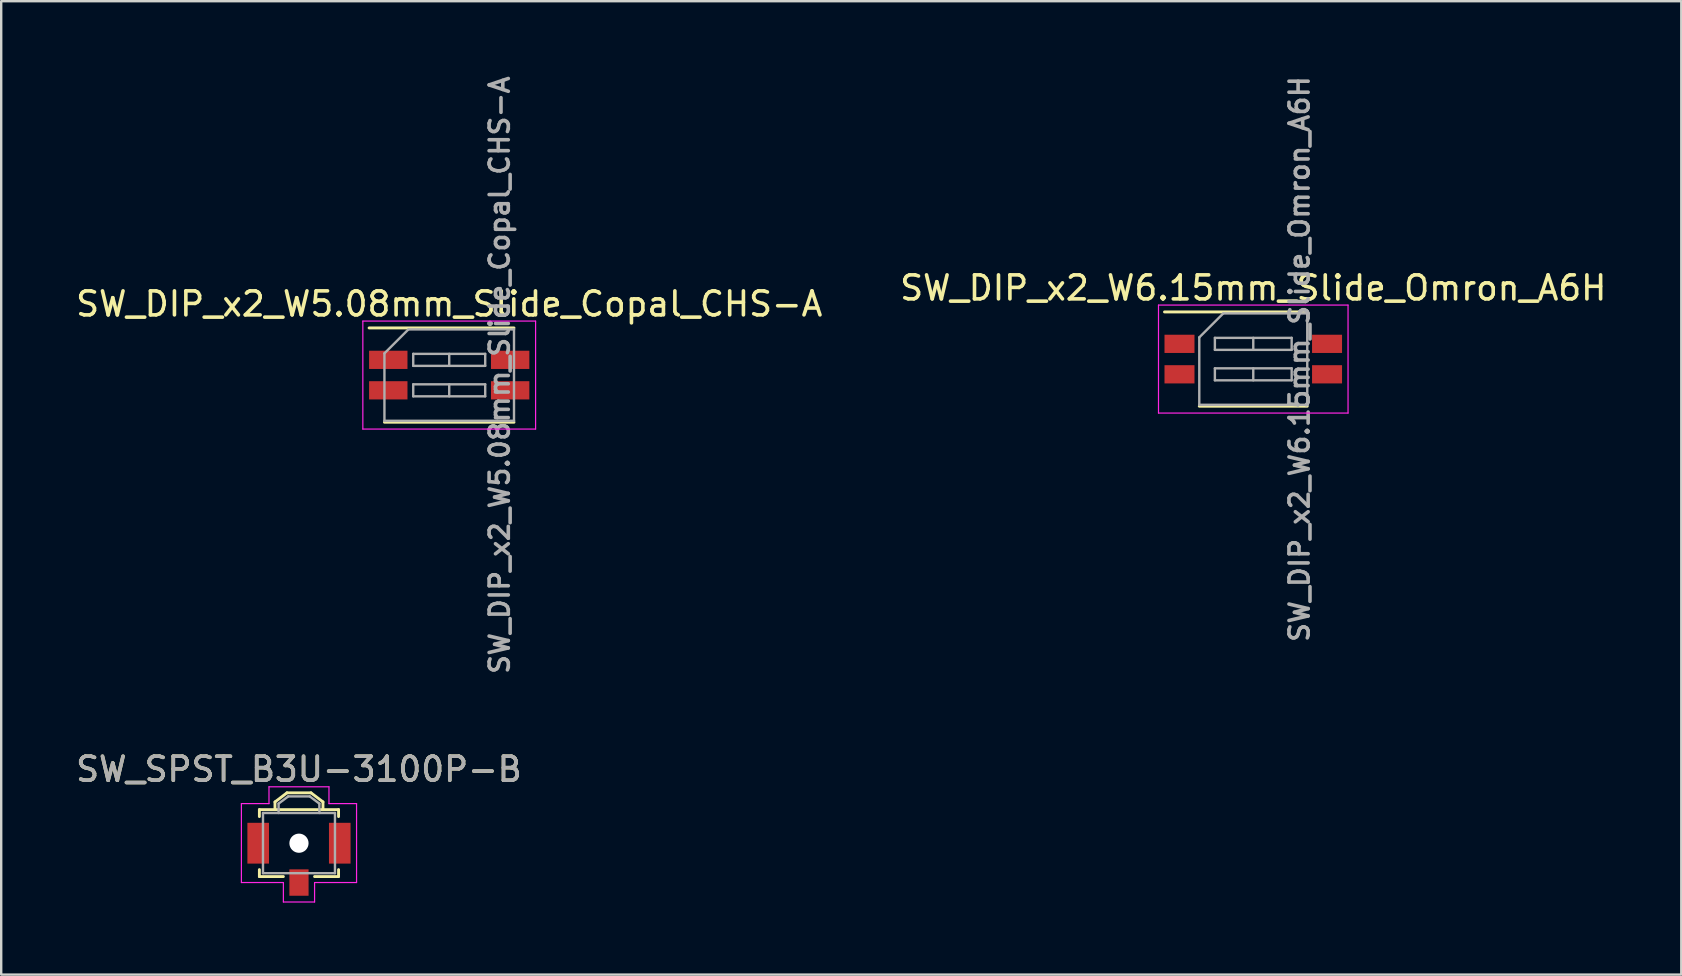
<source format=kicad_pcb>
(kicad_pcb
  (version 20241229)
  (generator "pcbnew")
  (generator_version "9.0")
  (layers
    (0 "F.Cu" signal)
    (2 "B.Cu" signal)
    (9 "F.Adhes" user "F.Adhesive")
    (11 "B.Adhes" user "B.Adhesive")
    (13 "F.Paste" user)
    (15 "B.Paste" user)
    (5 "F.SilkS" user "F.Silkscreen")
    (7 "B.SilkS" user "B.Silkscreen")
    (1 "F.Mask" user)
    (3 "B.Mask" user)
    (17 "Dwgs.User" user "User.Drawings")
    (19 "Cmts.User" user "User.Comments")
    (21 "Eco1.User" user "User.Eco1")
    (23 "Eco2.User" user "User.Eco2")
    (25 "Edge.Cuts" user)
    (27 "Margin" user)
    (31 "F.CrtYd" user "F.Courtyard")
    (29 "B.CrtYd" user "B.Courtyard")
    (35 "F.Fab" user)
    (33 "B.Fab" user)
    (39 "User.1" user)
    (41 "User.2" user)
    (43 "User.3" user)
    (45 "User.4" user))
  (footprint "SW_DIP_x2_W6.15mm_Slide_Omron_A6H"
    (layer "F.Cu")
    (at 49.185 11.916)
    (property "Reference" "SW_DIP_x2_W6.15mm_Slide_Omron_A6H" (at 0 -2.965 0) (layer "F.SilkS") (effects (font (size 1 1) (thickness 0.15))))
    (attr smd)
    (fp_line (start -3.7 -1.965) (end 2.25 -1.965) (stroke (width 0.12) (type solid)) (layer "F.SilkS"))
    (fp_line (start -2.25 1.965) (end 2.25 1.965) (stroke (width 0.12) (type solid)) (layer "F.SilkS"))
    (fp_line (start -3.95 -2.25) (end -3.95 2.25) (stroke (width 0.05) (type solid)) (layer "F.CrtYd"))
    (fp_line (start -3.95 2.25) (end 3.95 2.25) (stroke (width 0.05) (type solid)) (layer "F.CrtYd"))
    (fp_line (start 3.95 -2.25) (end -3.95 -2.25) (stroke (width 0.05) (type solid)) (layer "F.CrtYd"))
    (fp_line (start 3.95 2.25) (end 3.95 -2.25) (stroke (width 0.05) (type solid)) (layer "F.CrtYd"))
    (fp_line (start -2.25 -0.905) (end -1.25 -1.905) (stroke (width 0.1) (type solid)) (layer "F.Fab"))
    (fp_line (start -2.25 1.905) (end -2.25 -0.905) (stroke (width 0.1) (type solid)) (layer "F.Fab"))
    (fp_line (start -1.6 -0.885) (end -1.6 -0.385) (stroke (width 0.1) (type solid)) (layer "F.Fab"))
    (fp_line (start -1.6 -0.385) (end 1.6 -0.385) (stroke (width 0.1) (type solid)) (layer "F.Fab"))
    (fp_line (start -1.6 0.385) (end -1.6 0.885) (stroke (width 0.1) (type solid)) (layer "F.Fab"))
    (fp_line (start -1.6 0.885) (end 1.6 0.885) (stroke (width 0.1) (type solid)) (layer "F.Fab"))
    (fp_line (start -1.25 -1.905) (end 2.25 -1.905) (stroke (width 0.1) (type solid)) (layer "F.Fab"))
    (fp_line (start 0 -0.885) (end 0 -0.385) (stroke (width 0.1) (type solid)) (layer "F.Fab"))
    (fp_line (start 0 0.385) (end 0 0.885) (stroke (width 0.1) (type solid)) (layer "F.Fab"))
    (fp_line (start 1.6 -0.885) (end -1.6 -0.885) (stroke (width 0.1) (type solid)) (layer "F.Fab"))
    (fp_line (start 1.6 -0.385) (end 1.6 -0.885) (stroke (width 0.1) (type solid)) (layer "F.Fab"))
    (fp_line (start 1.6 0.385) (end -1.6 0.385) (stroke (width 0.1) (type solid)) (layer "F.Fab"))
    (fp_line (start 1.6 0.885) (end 1.6 0.385) (stroke (width 0.1) (type solid)) (layer "F.Fab"))
    (fp_line (start 2.25 -1.905) (end 2.25 1.905) (stroke (width 0.1) (type solid)) (layer "F.Fab"))
    (fp_line (start 2.25 1.905) (end -2.25 1.905) (stroke (width 0.1) (type solid)) (layer "F.Fab"))
    (fp_text user "${REFERENCE}" (at 1.925 0 90) (layer "F.Fab") (effects (font (size 0.8 0.8) (thickness 0.15))))
    (pad "1" smd rect (at -3.075 -0.635) (size 1.25 0.76) (layers "F.Cu" "F.Mask" "F.Paste"))
    (pad "2" smd rect (at -3.075 0.635) (size 1.25 0.76) (layers "F.Cu" "F.Mask" "F.Paste"))
    (pad "3" smd rect (at 3.075 0.635) (size 1.25 0.76) (layers "F.Cu" "F.Mask" "F.Paste"))
    (pad "4" smd rect (at 3.075 -0.635) (size 1.25 0.76) (layers "F.Cu" "F.Mask" "F.Paste")))
  (footprint "SW_DIP_x2_W5.08mm_Slide_Copal_CHS-A"
    (layer "F.Cu")
    (at 15.673 12.583)
    (property "Reference" "SW_DIP_x2_W5.08mm_Slide_Copal_CHS-A" (at 0 -2.965 0) (layer "F.SilkS") (effects (font (size 1 1) (thickness 0.15))))
    (attr smd)
    (fp_line (start -3.34 -1.965) (end 2.7 -1.965) (stroke (width 0.12) (type solid)) (layer "F.SilkS"))
    (fp_line (start -2.7 1.965) (end 2.7 1.965) (stroke (width 0.12) (type solid)) (layer "F.SilkS"))
    (fp_line (start -3.6 -2.25) (end -3.6 2.25) (stroke (width 0.05) (type solid)) (layer "F.CrtYd"))
    (fp_line (start -3.6 2.25) (end 3.6 2.25) (stroke (width 0.05) (type solid)) (layer "F.CrtYd"))
    (fp_line (start 3.6 -2.25) (end -3.6 -2.25) (stroke (width 0.05) (type solid)) (layer "F.CrtYd"))
    (fp_line (start 3.6 2.25) (end 3.6 -2.25) (stroke (width 0.05) (type solid)) (layer "F.CrtYd"))
    (fp_line (start -2.7 -0.905) (end -1.7 -1.905) (stroke (width 0.1) (type solid)) (layer "F.Fab"))
    (fp_line (start -2.7 1.905) (end -2.7 -0.905) (stroke (width 0.1) (type solid)) (layer "F.Fab"))
    (fp_line (start -1.7 -1.905) (end 2.7 -1.905) (stroke (width 0.1) (type solid)) (layer "F.Fab"))
    (fp_line (start -1.5 -0.885) (end -1.5 -0.385) (stroke (width 0.1) (type solid)) (layer "F.Fab"))
    (fp_line (start -1.5 -0.385) (end 1.5 -0.385) (stroke (width 0.1) (type solid)) (layer "F.Fab"))
    (fp_line (start -1.5 0.385) (end -1.5 0.885) (stroke (width 0.1) (type solid)) (layer "F.Fab"))
    (fp_line (start -1.5 0.885) (end 1.5 0.885) (stroke (width 0.1) (type solid)) (layer "F.Fab"))
    (fp_line (start 0 -0.885) (end 0 -0.385) (stroke (width 0.1) (type solid)) (layer "F.Fab"))
    (fp_line (start 0 0.385) (end 0 0.885) (stroke (width 0.1) (type solid)) (layer "F.Fab"))
    (fp_line (start 1.5 -0.885) (end -1.5 -0.885) (stroke (width 0.1) (type solid)) (layer "F.Fab"))
    (fp_line (start 1.5 -0.385) (end 1.5 -0.885) (stroke (width 0.1) (type solid)) (layer "F.Fab"))
    (fp_line (start 1.5 0.385) (end -1.5 0.385) (stroke (width 0.1) (type solid)) (layer "F.Fab"))
    (fp_line (start 1.5 0.885) (end 1.5 0.385) (stroke (width 0.1) (type solid)) (layer "F.Fab"))
    (fp_line (start 2.7 -1.905) (end 2.7 1.905) (stroke (width 0.1) (type solid)) (layer "F.Fab"))
    (fp_line (start 2.7 1.905) (end -2.7 1.905) (stroke (width 0.1) (type solid)) (layer "F.Fab"))
    (fp_text user "${REFERENCE}" (at 2.1 0 90) (layer "F.Fab") (effects (font (size 0.8 0.8) (thickness 0.15))))
    (pad "1" smd rect (at -2.54 -0.635) (size 1.6 0.76) (layers "F.Cu" "F.Mask" "F.Paste"))
    (pad "2" smd rect (at -2.54 0.635) (size 1.6 0.76) (layers "F.Cu" "F.Mask" "F.Paste"))
    (pad "3" smd rect (at 2.54 0.635) (size 1.6 0.76) (layers "F.Cu" "F.Mask" "F.Paste"))
    (pad "4" smd rect (at 2.54 -0.635) (size 1.6 0.76) (layers "F.Cu" "F.Mask" "F.Paste")))
  (footprint "SW_SPST_B3U-3100P-B"
    (layer "F.Cu")
    (at 9.411 32.914)
    (property "Reference" "SW_SPST_B3U-3100P-B" (at 0 -3.9 0) (layer "F.SilkS") (effects (font (size 1 1) (thickness 0.15))))
    (attr smd)
    (fp_line (start -1.65 -2.22) (end 1.65 -2.22) (stroke (width 0.12) (type solid)) (layer "F.SilkS"))
    (fp_line (start -1.65 -1.93) (end -1.65 -2.22) (stroke (width 0.12) (type solid)) (layer "F.SilkS"))
    (fp_line (start -1.65 0.28) (end -1.65 0.57) (stroke (width 0.12) (type solid)) (layer "F.SilkS"))
    (fp_line (start -1.65 0.57) (end -0.65 0.57) (stroke (width 0.12) (type solid)) (layer "F.SilkS"))
    (fp_line (start -1 -2.54) (end -1 -2.22) (stroke (width 0.12) (type solid)) (layer "F.SilkS"))
    (fp_line (start -0.5 -2.92) (end -1 -2.54) (stroke (width 0.12) (type solid)) (layer "F.SilkS"))
    (fp_line (start -0.5 -2.92) (end 0.5 -2.92) (stroke (width 0.12) (type solid)) (layer "F.SilkS"))
    (fp_line (start 0.5 -2.92) (end 1 -2.54) (stroke (width 0.12) (type solid)) (layer "F.SilkS"))
    (fp_line (start 1 -2.54) (end 1 -2.22) (stroke (width 0.12) (type solid)) (layer "F.SilkS"))
    (fp_line (start 1.65 -2.22) (end 1.65 -1.93) (stroke (width 0.12) (type solid)) (layer "F.SilkS"))
    (fp_line (start 1.65 0.57) (end 0.65 0.57) (stroke (width 0.12) (type solid)) (layer "F.SilkS"))
    (fp_line (start 1.65 0.57) (end 1.65 0.28) (stroke (width 0.12) (type solid)) (layer "F.SilkS"))
    (fp_line (start -2.4 -2.47) (end -2.4 0.82) (stroke (width 0.05) (type solid)) (layer "F.CrtYd"))
    (fp_line (start -2.4 0.82) (end -0.65 0.82) (stroke (width 0.05) (type solid)) (layer "F.CrtYd"))
    (fp_line (start -1.25 -3.17) (end 1.25 -3.17) (stroke (width 0.05) (type solid)) (layer "F.CrtYd"))
    (fp_line (start -1.25 -2.47) (end -2.4 -2.47) (stroke (width 0.05) (type solid)) (layer "F.CrtYd"))
    (fp_line (start -1.25 -2.47) (end -1.25 -3.17) (stroke (width 0.05) (type solid)) (layer "F.CrtYd"))
    (fp_line (start -0.65 0.82) (end -0.65 1.63) (stroke (width 0.05) (type solid)) (layer "F.CrtYd"))
    (fp_line (start -0.65 1.63) (end 0.65 1.63) (stroke (width 0.05) (type solid)) (layer "F.CrtYd"))
    (fp_line (start 0.65 0.82) (end 2.4 0.82) (stroke (width 0.05) (type solid)) (layer "F.CrtYd"))
    (fp_line (start 0.65 1.63) (end 0.65 0.82) (stroke (width 0.05) (type solid)) (layer "F.CrtYd"))
    (fp_line (start 1.25 -3.17) (end 1.25 -2.47) (stroke (width 0.05) (type solid)) (layer "F.CrtYd"))
    (fp_line (start 1.25 -2.47) (end 2.4 -2.47) (stroke (width 0.05) (type solid)) (layer "F.CrtYd"))
    (fp_line (start 2.4 0.82) (end 2.4 -2.47) (stroke (width 0.05) (type solid)) (layer "F.CrtYd"))
    (fp_line (start -1.5 -2.08) (end 1.5 -2.08) (stroke (width 0.1) (type solid)) (layer "F.Fab"))
    (fp_line (start -1.5 0.43) (end -1.5 -2.08) (stroke (width 0.1) (type solid)) (layer "F.Fab"))
    (fp_line (start -0.85 -2.47) (end -0.45 -2.77) (stroke (width 0.1) (type solid)) (layer "F.Fab"))
    (fp_line (start -0.85 -2.08) (end -0.85 -2.47) (stroke (width 0.1) (type solid)) (layer "F.Fab"))
    (fp_line (start -0.45 -2.77) (end 0.45 -2.77) (stroke (width 0.1) (type solid)) (layer "F.Fab"))
    (fp_line (start 0.45 -2.77) (end 0.85 -2.47) (stroke (width 0.1) (type solid)) (layer "F.Fab"))
    (fp_line (start 0.85 -2.47) (end 0.85 -2.08) (stroke (width 0.1) (type solid)) (layer "F.Fab"))
    (fp_line (start 1.5 -2.08) (end 1.5 0.43) (stroke (width 0.1) (type solid)) (layer "F.Fab"))
    (fp_line (start 1.5 0.43) (end -1.5 0.43) (stroke (width 0.1) (type solid)) (layer "F.Fab"))
    (fp_text user "${REFERENCE}" (at 0 -3.9 0) (layer "F.Fab") (effects (font (size 1 1) (thickness 0.15))))
    (pad "" np_thru_hole circle (at 0 -0.82) (size 0.8 0.8) (drill 0.8) (layers "*.Cu" "*.Mask"))
    (pad "1" smd rect (at -1.7 -0.82) (size 0.9 1.7) (layers "F.Cu" "F.Mask" "F.Paste"))
    (pad "2" smd rect (at 1.7 -0.82) (size 0.9 1.7) (layers "F.Cu" "F.Mask" "F.Paste"))
    (pad "3" smd rect (at 0 0.82) (size 0.8 1.1) (layers "F.Cu" "F.Mask" "F.Paste")))
  (gr_rect
    (start -3 -3)
    (end 67.024 37.569)
    (stroke (width 0.1) (type default))
    (fill no)
    (layer "Edge.Cuts")))
</source>
